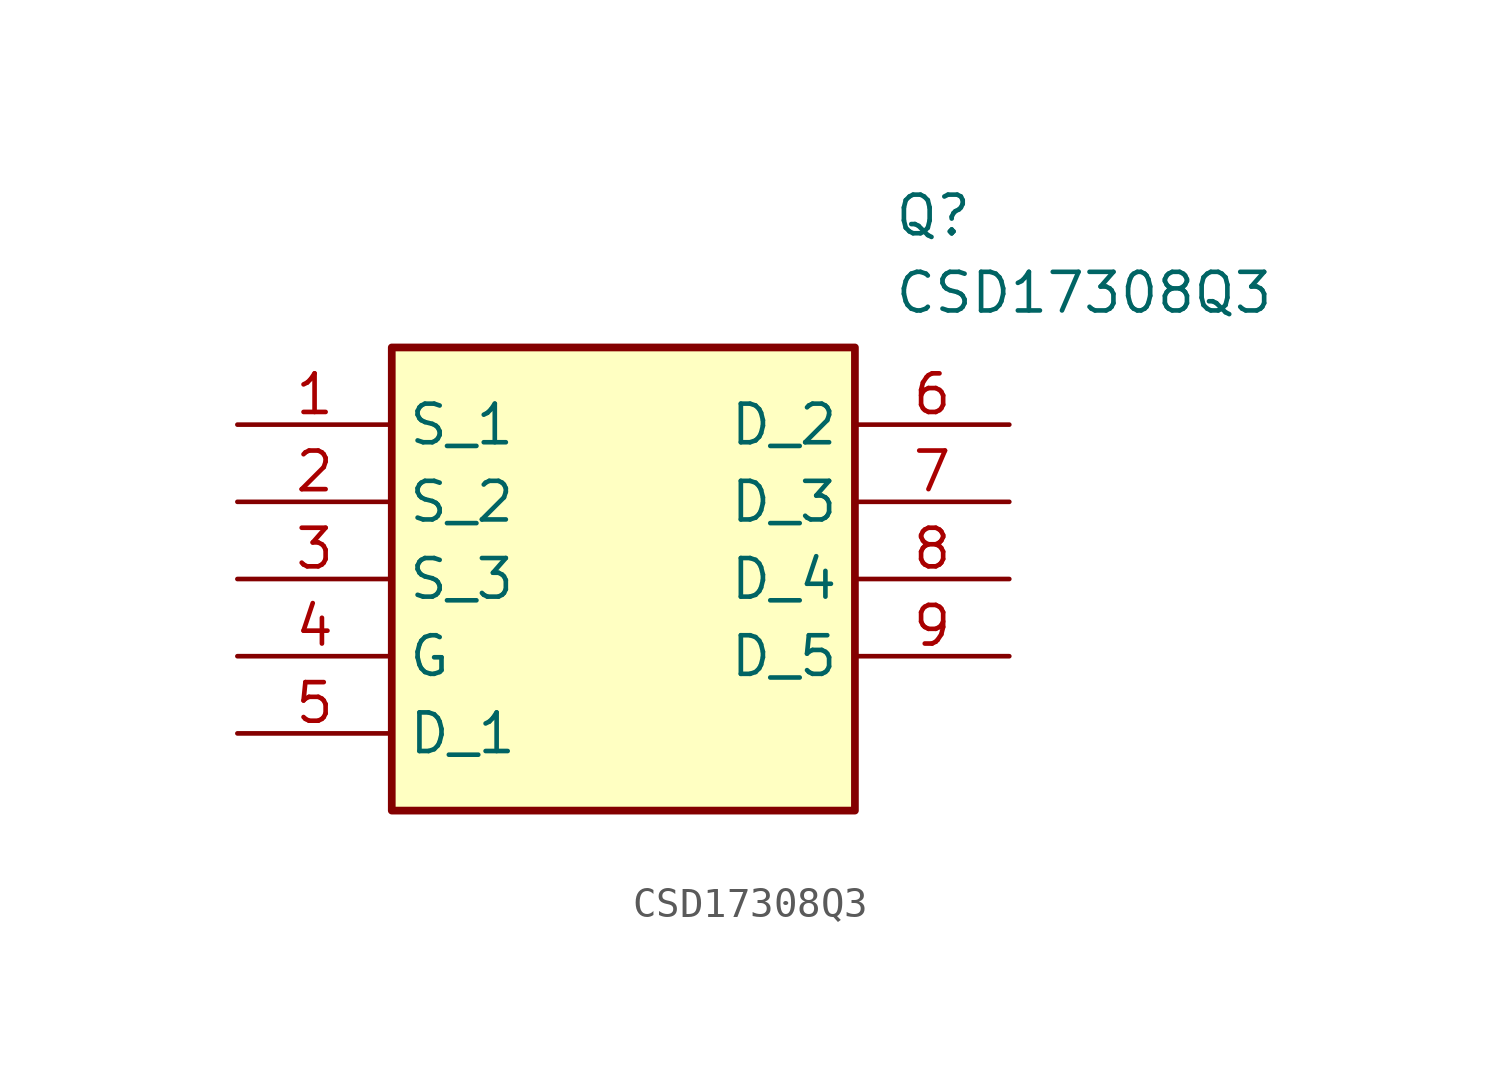
<source format=kicad_sym>
(kicad_symbol_lib
  (version 20211014)
  (generator SamacSys_ECAD_Model)
  (symbol "CSD17308Q3"
    (property "Reference" "Q"
      (at 21.59 7.62 0)
      (effects (font (size 1.27 1.27)) (justify left top)))
    (property "Value" "CSD17308Q3"
      (at 21.59 5.08 0)
      (effects (font (size 1.27 1.27)) (justify left top)))
    (rectangle
      (start 5.08 2.54)
      (end 20.32 -12.7)
      (stroke (width 0.254) (type default))
      (fill (type background)))
    (pin passive line
      (at 0 0 0)
      (length 5.08)
      (name "S_1" (effects (font (size 1.27 1.27))))
      (number "1" (effects (font (size 1.27 1.27)))))
    (pin passive line
      (at 0 -2.54 0)
      (length 5.08)
      (name "S_2" (effects (font (size 1.27 1.27))))
      (number "2" (effects (font (size 1.27 1.27)))))
    (pin passive line
      (at 0 -5.08 0)
      (length 5.08)
      (name "S_3" (effects (font (size 1.27 1.27))))
      (number "3" (effects (font (size 1.27 1.27)))))
    (pin passive line
      (at 0 -7.62 0)
      (length 5.08)
      (name "G" (effects (font (size 1.27 1.27))))
      (number "4" (effects (font (size 1.27 1.27)))))
    (pin passive line
      (at 0 -10.16 0)
      (length 5.08)
      (name "D_1" (effects (font (size 1.27 1.27))))
      (number "5" (effects (font (size 1.27 1.27)))))
    (pin passive line
      (at 25.4 0 180)
      (length 5.08)
      (name "D_2" (effects (font (size 1.27 1.27))))
      (number "6" (effects (font (size 1.27 1.27)))))
    (pin passive line
      (at 25.4 -2.54 180)
      (length 5.08)
      (name "D_3" (effects (font (size 1.27 1.27))))
      (number "7" (effects (font (size 1.27 1.27)))))
    (pin passive line
      (at 25.4 -5.08 180)
      (length 5.08)
      (name "D_4" (effects (font (size 1.27 1.27))))
      (number "8" (effects (font (size 1.27 1.27)))))
    (pin passive line
      (at 25.4 -7.62 180)
      (length 5.08)
      (name "D_5" (effects (font (size 1.27 1.27))))
      (number "9" (effects (font (size 1.27 1.27)))))))
</source>
